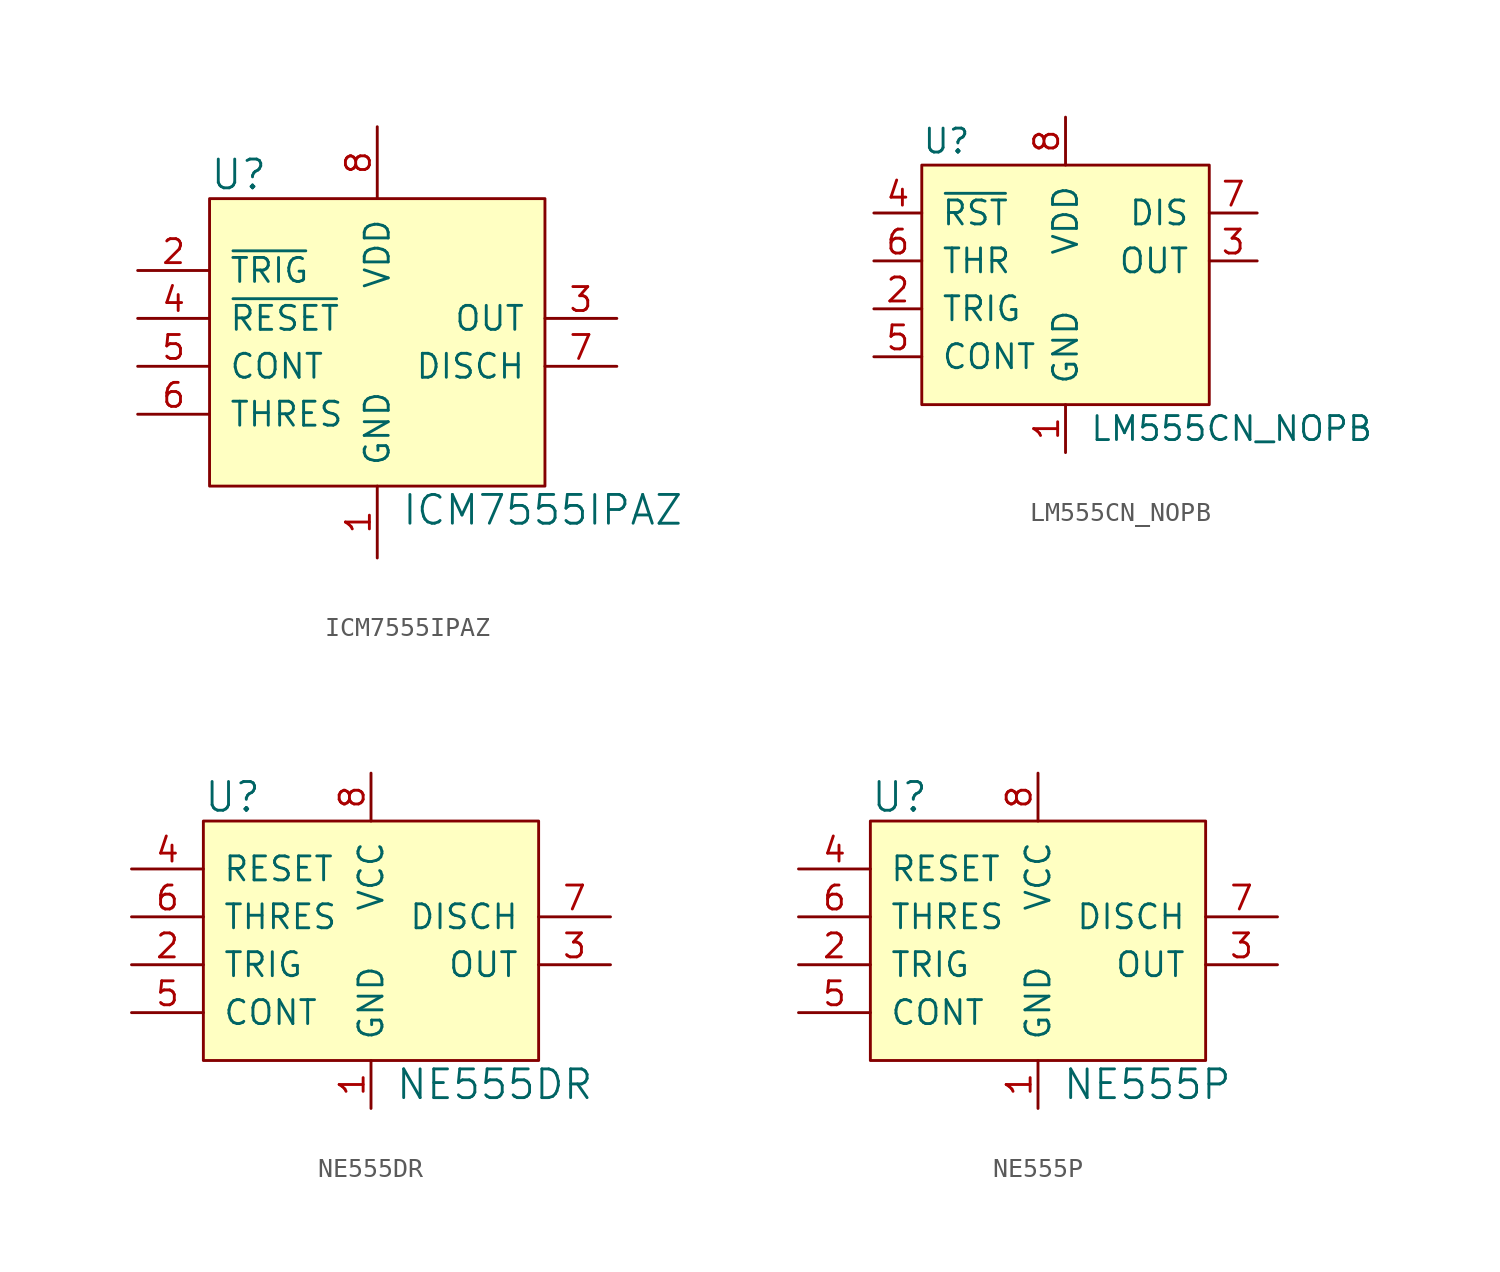
<source format=kicad_sym>
(kicad_symbol_lib
  (version 20201005)
  (generator kicad_symbol_editor)
  (symbol "ICM7555IPAZ"
    (pin_names
      (offset 1.016))
    (property "Reference" "U"
      (at -8.89 7.62 0)
      (effects (font (size 1.524 1.524)) (justify left)))
    (property "Value" "ICM7555IPAZ"
      (at 1.27 -10.16 0)
      (effects (font (size 1.524 1.524)) (justify left)))
    (symbol "ICM7555IPAZ_1_1"
      (rectangle (start -8.89 6.35) (end 8.89 -8.89) (stroke (width 0)) (fill (type background)))
      (pin power_in line (at 0 -12.7 90) (length 3.81) (name "GND" (effects (font (size 1.27 1.27)))) (number "1" (effects (font (size 1.27 1.27)))))
      (pin input line (at -12.7 2.54 0) (length 3.81) (name "~TRIG" (effects (font (size 1.27 1.27)))) (number "2" (effects (font (size 1.27 1.27)))))
      (pin output line (at 12.7 0 180) (length 3.81) (name "OUT" (effects (font (size 1.27 1.27)))) (number "3" (effects (font (size 1.27 1.27)))))
      (pin input line (at -12.7 0 0) (length 3.81) (name "~RESET" (effects (font (size 1.27 1.27)))) (number "4" (effects (font (size 1.27 1.27)))))
      (pin input line (at -12.7 -2.54 0) (length 3.81) (name "CONT" (effects (font (size 1.27 1.27)))) (number "5" (effects (font (size 1.27 1.27)))))
      (pin input line (at -12.7 -5.08 0) (length 3.81) (name "THRES" (effects (font (size 1.27 1.27)))) (number "6" (effects (font (size 1.27 1.27)))))
      (pin output line (at 12.7 -2.54 180) (length 3.81) (name "DISCH" (effects (font (size 1.27 1.27)))) (number "7" (effects (font (size 1.27 1.27)))))
      (pin power_in line (at 0 10.16 270) (length 3.81) (name "VDD" (effects (font (size 1.27 1.27)))) (number "8" (effects (font (size 1.27 1.27)))))))
  (symbol "LM555CN_NOPB"
    (pin_names
      (offset 1.016))
    (property "Reference" "U"
      (at -7.62 6.35 0)
      (effects (font (size 1.27 1.27)) (justify left)))
    (property "Value" "LM555CN_NOPB"
      (at 1.27 -8.89 0)
      (effects (font (size 1.27 1.27)) (justify left)))
    (symbol "LM555CN_NOPB_0_1"
      (rectangle (start -7.62 5.08) (end 7.62 -7.62) (stroke (width 0)) (fill (type background))))
    (symbol "LM555CN_NOPB_1_1"
      (pin power_in line (at 0 -10.16 90) (length 2.54) (name "GND" (effects (font (size 1.27 1.27)))) (number "1" (effects (font (size 1.27 1.27)))))
      (pin input line (at -10.16 -2.54 0) (length 2.54) (name "TRIG" (effects (font (size 1.27 1.27)))) (number "2" (effects (font (size 1.27 1.27)))))
      (pin output line (at 10.16 0 180) (length 2.54) (name "OUT" (effects (font (size 1.27 1.27)))) (number "3" (effects (font (size 1.27 1.27)))))
      (pin input line (at -10.16 2.54 0) (length 2.54) (name "~RST" (effects (font (size 1.27 1.27)))) (number "4" (effects (font (size 1.27 1.27)))))
      (pin input line (at -10.16 -5.08 0) (length 2.54) (name "CONT" (effects (font (size 1.27 1.27)))) (number "5" (effects (font (size 1.27 1.27)))))
      (pin input line (at -10.16 0 0) (length 2.54) (name "THR" (effects (font (size 1.27 1.27)))) (number "6" (effects (font (size 1.27 1.27)))))
      (pin output line (at 10.16 2.54 180) (length 2.54) (name "DIS" (effects (font (size 1.27 1.27)))) (number "7" (effects (font (size 1.27 1.27)))))
      (pin power_in line (at 0 7.62 270) (length 2.54) (name "VDD" (effects (font (size 1.27 1.27)))) (number "8" (effects (font (size 1.27 1.27)))))))
  (symbol "NE555DR"
    (pin_names
      (offset 1.016))
    (property "Reference" "U"
      (at -8.89 1.27 0)
      (effects (font (size 1.524 1.524)) (justify left)))
    (property "Value" "NE555DR"
      (at 1.27 -13.97 0)
      (effects (font (size 1.524 1.524)) (justify left)))
    (symbol "NE555DR_0_1"
      (rectangle (start -8.89 0) (end 8.89 -12.7) (stroke (width 0)) (fill (type background))))
    (symbol "NE555DR_1_1"
      (pin power_in line (at 0 -15.24 90) (length 2.54) (name "GND" (effects (font (size 1.27 1.27)))) (number "1" (effects (font (size 1.27 1.27)))))
      (pin input line (at -12.7 -7.62 0) (length 3.81) (name "TRIG" (effects (font (size 1.27 1.27)))) (number "2" (effects (font (size 1.27 1.27)))))
      (pin output line (at 12.7 -7.62 180) (length 3.81) (name "OUT" (effects (font (size 1.27 1.27)))) (number "3" (effects (font (size 1.27 1.27)))))
      (pin input line (at -12.7 -2.54 0) (length 3.81) (name "RESET" (effects (font (size 1.27 1.27)))) (number "4" (effects (font (size 1.27 1.27)))))
      (pin bidirectional line (at -12.7 -10.16 0) (length 3.81) (name "CONT" (effects (font (size 1.27 1.27)))) (number "5" (effects (font (size 1.27 1.27)))))
      (pin input line (at -12.7 -5.08 0) (length 3.81) (name "THRES" (effects (font (size 1.27 1.27)))) (number "6" (effects (font (size 1.27 1.27)))))
      (pin output line (at 12.7 -5.08 180) (length 3.81) (name "DISCH" (effects (font (size 1.27 1.27)))) (number "7" (effects (font (size 1.27 1.27)))))
      (pin power_in line (at 0 2.54 270) (length 2.54) (name "VCC" (effects (font (size 1.27 1.27)))) (number "8" (effects (font (size 1.27 1.27)))))))
  (symbol "NE555P"
    (pin_names
      (offset 1.016))
    (property "Reference" "U"
      (at -8.89 6.35 0)
      (effects (font (size 1.524 1.524)) (justify left)))
    (property "Value" "NE555P"
      (at 1.27 -8.89 0)
      (effects (font (size 1.524 1.524)) (justify left)))
    (symbol "NE555P_0_1"
      (rectangle (start -8.89 5.08) (end 8.89 -7.62) (stroke (width 0)) (fill (type background))))
    (symbol "NE555P_1_1"
      (pin power_in line (at 0 -10.16 90) (length 2.54) (name "GND" (effects (font (size 1.27 1.27)))) (number "1" (effects (font (size 1.27 1.27)))))
      (pin input line (at -12.7 -2.54 0) (length 3.81) (name "TRIG" (effects (font (size 1.27 1.27)))) (number "2" (effects (font (size 1.27 1.27)))))
      (pin output line (at 12.7 -2.54 180) (length 3.81) (name "OUT" (effects (font (size 1.27 1.27)))) (number "3" (effects (font (size 1.27 1.27)))))
      (pin input line (at -12.7 2.54 0) (length 3.81) (name "RESET" (effects (font (size 1.27 1.27)))) (number "4" (effects (font (size 1.27 1.27)))))
      (pin bidirectional line (at -12.7 -5.08 0) (length 3.81) (name "CONT" (effects (font (size 1.27 1.27)))) (number "5" (effects (font (size 1.27 1.27)))))
      (pin input line (at -12.7 0 0) (length 3.81) (name "THRES" (effects (font (size 1.27 1.27)))) (number "6" (effects (font (size 1.27 1.27)))))
      (pin output line (at 12.7 0 180) (length 3.81) (name "DISCH" (effects (font (size 1.27 1.27)))) (number "7" (effects (font (size 1.27 1.27)))))
      (pin power_in line (at 0 7.62 270) (length 2.54) (name "VCC" (effects (font (size 1.27 1.27)))) (number "8" (effects (font (size 1.27 1.27))))))))
</source>
